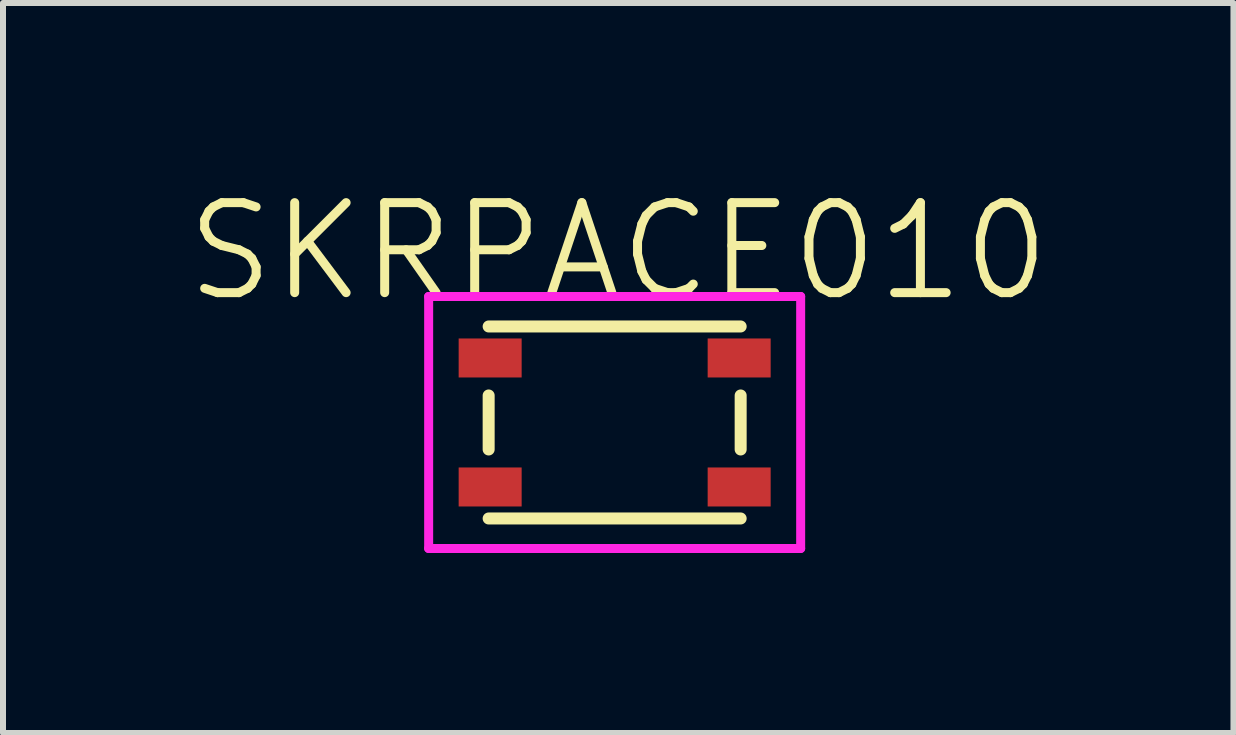
<source format=kicad_pcb>
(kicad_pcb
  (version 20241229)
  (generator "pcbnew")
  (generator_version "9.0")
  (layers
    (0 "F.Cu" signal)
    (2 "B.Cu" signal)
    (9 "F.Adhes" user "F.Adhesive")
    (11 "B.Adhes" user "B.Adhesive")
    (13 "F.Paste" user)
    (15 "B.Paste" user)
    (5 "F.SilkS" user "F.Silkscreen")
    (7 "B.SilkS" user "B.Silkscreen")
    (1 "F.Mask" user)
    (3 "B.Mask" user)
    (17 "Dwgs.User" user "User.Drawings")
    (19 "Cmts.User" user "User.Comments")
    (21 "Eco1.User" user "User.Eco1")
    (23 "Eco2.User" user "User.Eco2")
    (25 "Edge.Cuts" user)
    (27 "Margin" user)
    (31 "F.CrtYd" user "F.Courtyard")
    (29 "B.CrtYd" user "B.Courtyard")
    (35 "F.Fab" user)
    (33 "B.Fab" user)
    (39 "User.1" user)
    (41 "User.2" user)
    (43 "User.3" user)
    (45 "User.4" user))
  (footprint "SKRPACE010"
    (layer "F.Cu")
    (at 7.194 3.991)
    (property "Reference" "SKRPACE010" (at 0.06 -2.85 0) (layer "F.SilkS") (effects (font (size 1.5 1.5) (thickness 0.15))))
    (attr through_hole)
    (fp_line (start -2.1 -1.6) (end 2.1 -1.6) (stroke (width 0.2) (type solid)) (layer "F.SilkS"))
    (fp_line (start -2.1 0.45) (end -2.1 -0.45) (stroke (width 0.2) (type solid)) (layer "F.SilkS"))
    (fp_line (start -2.1 1.6) (end 2.1 1.6) (stroke (width 0.2) (type solid)) (layer "F.SilkS"))
    (fp_line (start 2.1 -0.45) (end 2.1 0.45) (stroke (width 0.2) (type solid)) (layer "F.SilkS"))
    (fp_line (start -3.1 -2.1) (end 3.1 -2.1) (stroke (width 0.15) (type solid)) (layer "F.CrtYd"))
    (fp_line (start -3.1 2.1) (end -3.1 -2.1) (stroke (width 0.15) (type solid)) (layer "F.CrtYd"))
    (fp_line (start 3.1 -2.1) (end 3.1 2.1) (stroke (width 0.15) (type solid)) (layer "F.CrtYd"))
    (fp_line (start 3.1 2.1) (end -3.1 2.1) (stroke (width 0.15) (type solid)) (layer "F.CrtYd"))
    (pad "1" smd rect (at -2.075 -1.075) (size 1.05 0.65) (layers "F.Cu" "F.Mask" "F.Paste"))
    (pad "1" smd rect (at 2.075 -1.075) (size 1.05 0.65) (layers "F.Cu" "F.Mask" "F.Paste"))
    (pad "2" smd rect (at -2.075 1.075) (size 1.05 0.65) (layers "F.Cu" "F.Mask" "F.Paste"))
    (pad "2" smd rect (at 2.075 1.075) (size 1.05 0.65) (layers "F.Cu" "F.Mask" "F.Paste")))
  (gr_rect
    (start -3 -3)
    (end 17.507 9.166)
    (stroke (width 0.1) (type default))
    (fill no)
    (layer "Edge.Cuts")))
</source>
